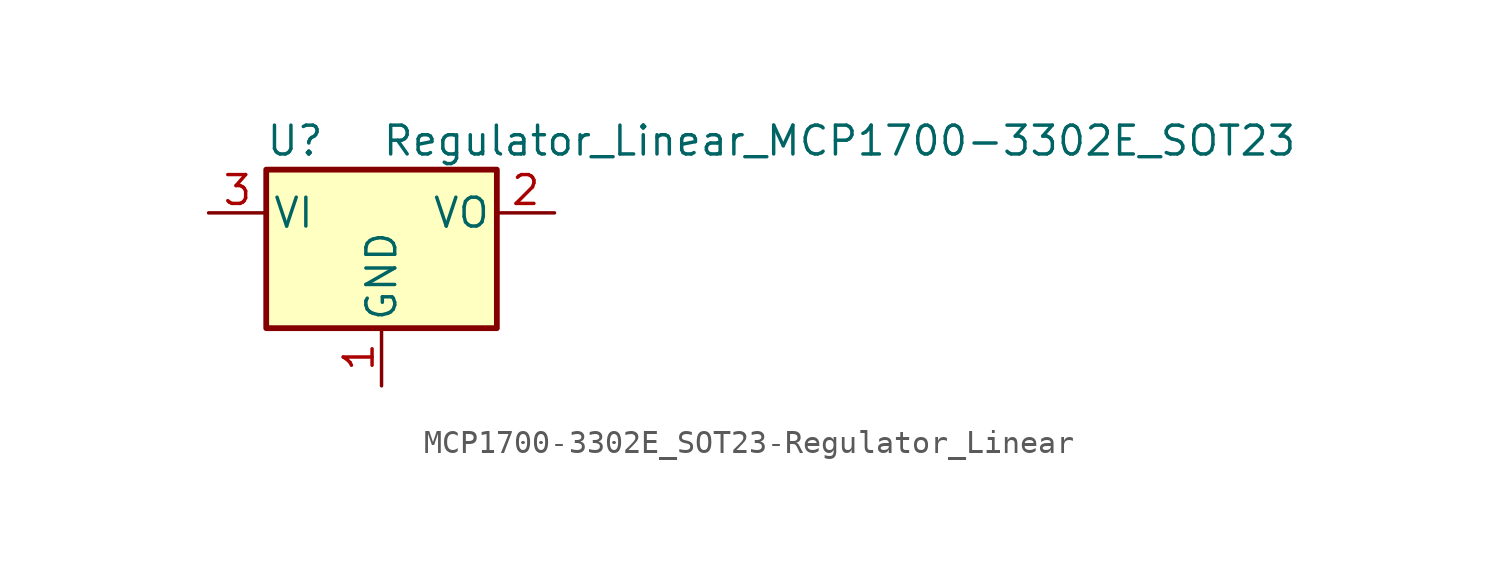
<source format=kicad_sym>
(kicad_symbol_lib
  (version 20220914)
  (generator kicad_symbol_editor)
  (symbol "MCP1700-3302E_SOT23-Regulator_Linear"
    (pin_names
      (offset 0.254))
    (property "Reference" "U"
      (at -3.81 3.175 0)
      (effects (font (size 1.27 1.27))))
    (property "Value" "Regulator_Linear_MCP1700-3302E_SOT23"
      (at 0 3.175 0)
      (effects (font (size 1.27 1.27)) (justify left)))
    (symbol "MCP1700-3302E_SOT23-Regulator_Linear_0_1"
      (rectangle (start -5.08 1.905) (end 5.08 -5.08) (stroke (width 0.254) (type solid)) (fill (type background))))
    (symbol "MCP1700-3302E_SOT23-Regulator_Linear_1_1"
      (pin power_in line (at 0 -7.62 90) (length 2.54) (name "GND" (effects (font (size 1.27 1.27)))) (number "1" (effects (font (size 1.27 1.27)))))
      (pin power_out line (at 7.62 0 180) (length 2.54) (name "VO" (effects (font (size 1.27 1.27)))) (number "2" (effects (font (size 1.27 1.27)))))
      (pin power_in line (at -7.62 0 0) (length 2.54) (name "VI" (effects (font (size 1.27 1.27)))) (number "3" (effects (font (size 1.27 1.27))))))))
</source>
